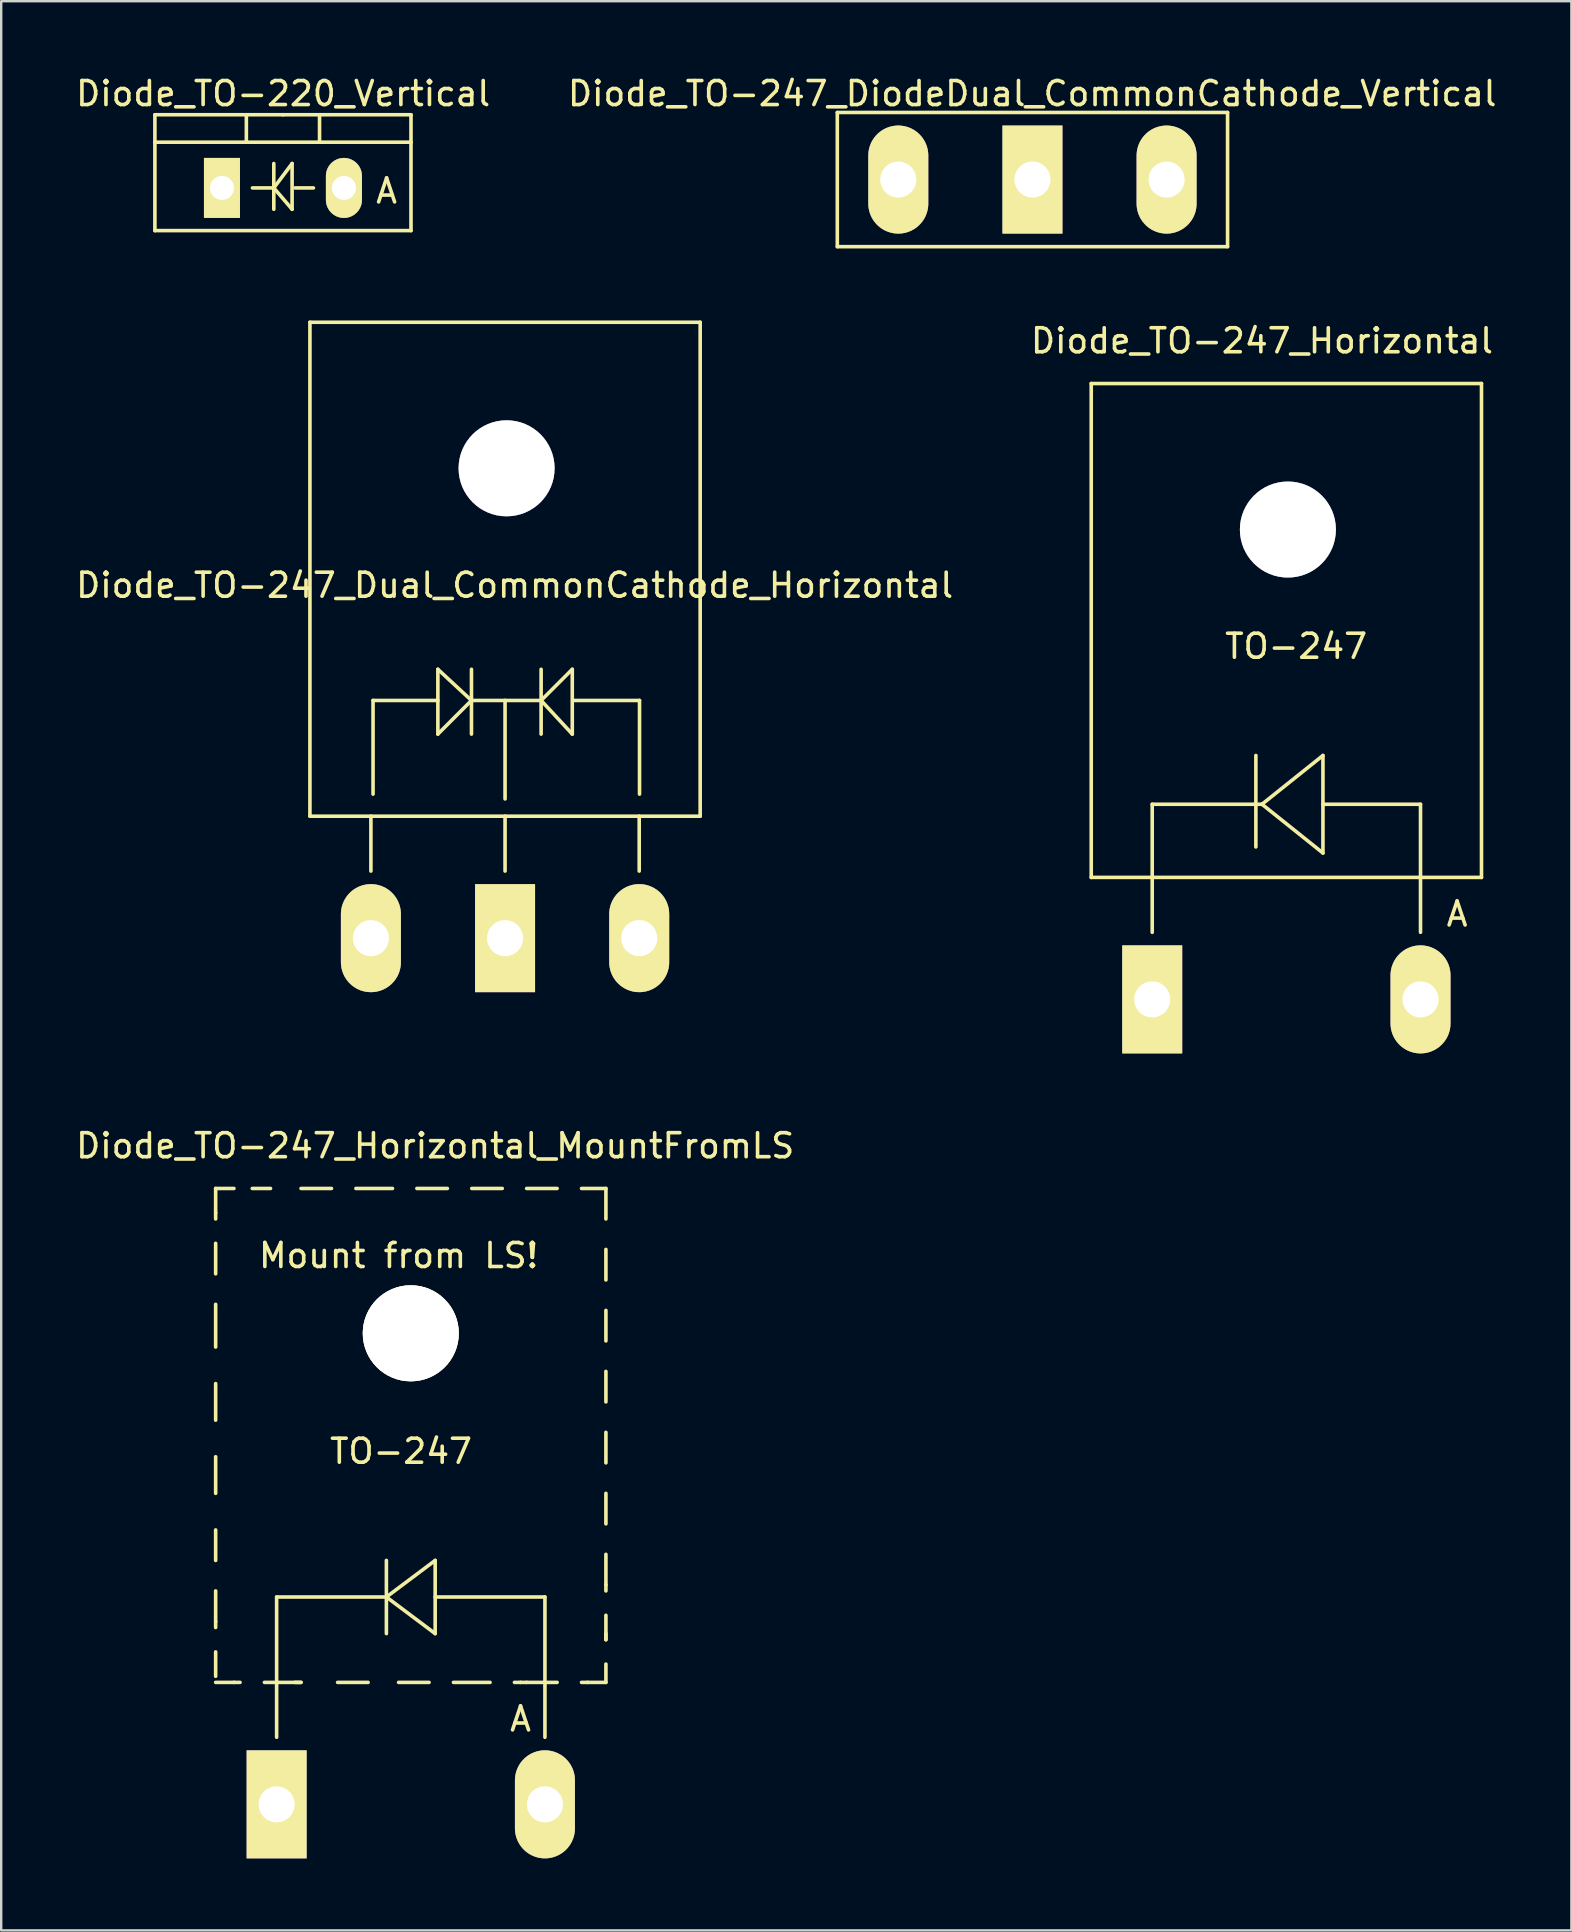
<source format=kicad_pcb>
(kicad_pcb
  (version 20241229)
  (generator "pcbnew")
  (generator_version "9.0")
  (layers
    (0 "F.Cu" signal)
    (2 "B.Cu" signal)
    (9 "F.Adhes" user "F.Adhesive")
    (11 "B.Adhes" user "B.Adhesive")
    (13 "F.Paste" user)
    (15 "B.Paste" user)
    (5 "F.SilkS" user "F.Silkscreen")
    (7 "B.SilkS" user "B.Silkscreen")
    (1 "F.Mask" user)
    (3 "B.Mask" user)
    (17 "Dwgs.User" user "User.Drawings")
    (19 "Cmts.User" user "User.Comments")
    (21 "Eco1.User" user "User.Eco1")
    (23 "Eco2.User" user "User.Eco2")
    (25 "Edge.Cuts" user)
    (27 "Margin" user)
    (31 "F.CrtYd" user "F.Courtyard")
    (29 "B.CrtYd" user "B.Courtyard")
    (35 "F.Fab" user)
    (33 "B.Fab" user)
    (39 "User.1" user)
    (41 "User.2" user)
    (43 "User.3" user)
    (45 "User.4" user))
  (footprint "Diode_TO-247_Horizontal"
    (layer "F.Cu")
    (at 44.953 38.579)
    (property "Reference" "Diode_TO-247_Horizontal" (at 4.564 -27.432 0) (layer "F.SilkS") (effects (font (size 1 1) (thickness 0.15))))
    (attr through_hole)
    (fp_line (start -2.548 -25.654) (end 13.708 -25.654) (stroke (width 0.15) (type solid)) (layer "F.SilkS"))
    (fp_line (start -2.548 -5.08) (end -2.548 -25.654) (stroke (width 0.15) (type solid)) (layer "F.SilkS"))
    (fp_line (start -0.008 -8.128) (end 4.564 -8.128) (stroke (width 0.15) (type solid)) (layer "F.SilkS"))
    (fp_line (start -0.008 -5.08) (end -0.008 -8.128) (stroke (width 0.15) (type solid)) (layer "F.SilkS"))
    (fp_line (start -0.008 -2.794) (end -0.008 -5.08) (stroke (width 0.15) (type solid)) (layer "F.SilkS"))
    (fp_line (start 4.31 -10.16) (end 4.31 -6.35) (stroke (width 0.15) (type solid)) (layer "F.SilkS"))
    (fp_line (start 4.564 -8.128) (end 7.104 -10.16) (stroke (width 0.15) (type solid)) (layer "F.SilkS"))
    (fp_line (start 7.104 -10.16) (end 7.104 -6.096) (stroke (width 0.15) (type solid)) (layer "F.SilkS"))
    (fp_line (start 7.104 -8.128) (end 11.168 -8.128) (stroke (width 0.15) (type solid)) (layer "F.SilkS"))
    (fp_line (start 7.104 -6.096) (end 4.564 -8.128) (stroke (width 0.15) (type solid)) (layer "F.SilkS"))
    (fp_line (start 11.168 -8.128) (end 11.168 -5.08) (stroke (width 0.15) (type solid)) (layer "F.SilkS"))
    (fp_line (start 11.168 -2.794) (end 11.168 -5.08) (stroke (width 0.15) (type solid)) (layer "F.SilkS"))
    (fp_line (start 13.708 -25.654) (end 13.708 -5.08) (stroke (width 0.15) (type solid)) (layer "F.SilkS"))
    (fp_line (start 13.708 -5.08) (end -2.548 -5.08) (stroke (width 0.15) (type solid)) (layer "F.SilkS"))
    (fp_circle (center 5.58 -19.558) (end 7.358 -19.558) (stroke (width 0.15) (type solid)) (fill no) (layer "F.SilkS"))
    (fp_text user "TO-247" (at 5.987 -14.707 0) (layer "F.SilkS") (effects (font (size 1 1) (thickness 0.15))))
    (fp_text user "A" (at 12.692 -3.556 0) (layer "F.SilkS") (effects (font (size 1 1) (thickness 0.15))))
    (pad "1" thru_hole rect (at -0.008 0 90) (size 4.501 2.499) (drill 1.501) (layers "*.Cu" "*.Mask" "F.SilkS"))
    (pad "2" thru_hole oval (at 11.168 0 90) (size 4.501 2.499) (drill 1.501) (layers "*.Cu" "*.Mask" "F.SilkS"))
    (pad "9" thru_hole circle (at 5.644 -19.571) (size 4 4) (drill 4) (layers "B.Cu")))
  (footprint "Diode_TO-247_Horizontal_MountFromLS"
    (layer "F.Cu")
    (at 8.473 72.112)
    (property "Reference" "Diode_TO-247_Horizontal_MountFromLS" (at 6.604 -27.435 0) (layer "F.SilkS") (effects (font (size 1 1) (thickness 0.15))))
    (attr through_hole)
    (fp_line (start -2.54 -25.657) (end -2.54 -24.641) (stroke (width 0.15) (type solid)) (layer "F.SilkS"))
    (fp_line (start -2.54 -24.641) (end -2.54 -24.387) (stroke (width 0.15) (type solid)) (layer "F.SilkS"))
    (fp_line (start -2.54 -23.371) (end -2.54 -22.101) (stroke (width 0.15) (type solid)) (layer "F.SilkS"))
    (fp_line (start -2.54 -20.831) (end -2.54 -19.053) (stroke (width 0.15) (type solid)) (layer "F.SilkS"))
    (fp_line (start -2.54 -17.529) (end -2.54 -16.005) (stroke (width 0.15) (type solid)) (layer "F.SilkS"))
    (fp_line (start -2.54 -14.481) (end -2.54 -12.957) (stroke (width 0.15) (type solid)) (layer "F.SilkS"))
    (fp_line (start -2.54 -11.433) (end -2.54 -10.163) (stroke (width 0.15) (type solid)) (layer "F.SilkS"))
    (fp_line (start -2.54 -8.893) (end -2.54 -7.623) (stroke (width 0.15) (type solid)) (layer "F.SilkS"))
    (fp_line (start -2.54 -7.623) (end -2.54 -7.369) (stroke (width 0.15) (type solid)) (layer "F.SilkS"))
    (fp_line (start -2.54 -6.353) (end -2.54 -5.337) (stroke (width 0.15) (type solid)) (layer "F.SilkS"))
    (fp_line (start -2.54 -5.083) (end -1.778 -5.083) (stroke (width 0.15) (type solid)) (layer "F.SilkS"))
    (fp_line (start -1.778 -25.657) (end -2.54 -25.657) (stroke (width 0.15) (type solid)) (layer "F.SilkS"))
    (fp_line (start -1.778 -5.083) (end -1.524 -5.083) (stroke (width 0.15) (type solid)) (layer "F.SilkS"))
    (fp_line (start -0.508 -5.083) (end 1.016 -5.083) (stroke (width 0.15) (type solid)) (layer "F.SilkS"))
    (fp_line (start -0.254 -25.657) (end -1.016 -25.657) (stroke (width 0.15) (type solid)) (layer "F.SilkS"))
    (fp_line (start 0 -8.639) (end 0 -5.083) (stroke (width 0.15) (type solid)) (layer "F.SilkS"))
    (fp_line (start 0 -2.797) (end 0 -5.083) (stroke (width 0.15) (type solid)) (layer "F.SilkS"))
    (fp_line (start 1.016 -5.083) (end 0.762 -5.083) (stroke (width 0.15) (type solid)) (layer "F.SilkS"))
    (fp_line (start 2.286 -25.657) (end 1.016 -25.657) (stroke (width 0.15) (type solid)) (layer "F.SilkS"))
    (fp_line (start 3.81 -5.083) (end 2.54 -5.083) (stroke (width 0.15) (type solid)) (layer "F.SilkS"))
    (fp_line (start 4.572 -10.163) (end 4.572 -7.115) (stroke (width 0.15) (type solid)) (layer "F.SilkS"))
    (fp_line (start 4.572 -8.639) (end 0 -8.639) (stroke (width 0.15) (type solid)) (layer "F.SilkS"))
    (fp_line (start 4.572 -8.639) (end 6.604 -10.163) (stroke (width 0.15) (type solid)) (layer "F.SilkS"))
    (fp_line (start 4.826 -25.657) (end 3.302 -25.657) (stroke (width 0.15) (type solid)) (layer "F.SilkS"))
    (fp_line (start 6.35 -5.083) (end 5.08 -5.083) (stroke (width 0.15) (type solid)) (layer "F.SilkS"))
    (fp_line (start 6.604 -10.163) (end 6.604 -7.115) (stroke (width 0.15) (type solid)) (layer "F.SilkS"))
    (fp_line (start 6.604 -8.639) (end 11.176 -8.639) (stroke (width 0.15) (type solid)) (layer "F.SilkS"))
    (fp_line (start 6.604 -7.115) (end 4.572 -8.639) (stroke (width 0.15) (type solid)) (layer "F.SilkS"))
    (fp_line (start 7.112 -25.657) (end 5.842 -25.657) (stroke (width 0.15) (type solid)) (layer "F.SilkS"))
    (fp_line (start 8.89 -5.083) (end 7.366 -5.083) (stroke (width 0.15) (type solid)) (layer "F.SilkS"))
    (fp_line (start 9.398 -25.657) (end 8.128 -25.657) (stroke (width 0.15) (type solid)) (layer "F.SilkS"))
    (fp_line (start 10.16 -5.083) (end 9.906 -5.083) (stroke (width 0.15) (type solid)) (layer "F.SilkS"))
    (fp_line (start 10.414 -5.083) (end 10.16 -5.083) (stroke (width 0.15) (type solid)) (layer "F.SilkS"))
    (fp_line (start 11.176 -8.639) (end 11.176 -5.083) (stroke (width 0.15) (type solid)) (layer "F.SilkS"))
    (fp_line (start 11.176 -2.797) (end 11.176 -5.083) (stroke (width 0.15) (type solid)) (layer "F.SilkS"))
    (fp_line (start 11.684 -25.657) (end 10.414 -25.657) (stroke (width 0.15) (type solid)) (layer "F.SilkS"))
    (fp_line (start 11.684 -5.083) (end 10.414 -5.083) (stroke (width 0.15) (type solid)) (layer "F.SilkS"))
    (fp_line (start 12.954 -5.083) (end 12.7 -5.083) (stroke (width 0.15) (type solid)) (layer "F.SilkS"))
    (fp_line (start 13.716 -25.657) (end 12.7 -25.657) (stroke (width 0.15) (type solid)) (layer "F.SilkS"))
    (fp_line (start 13.716 -25.657) (end 13.716 -24.387) (stroke (width 0.15) (type solid)) (layer "F.SilkS"))
    (fp_line (start 13.716 -23.117) (end 13.716 -21.847) (stroke (width 0.15) (type solid)) (layer "F.SilkS"))
    (fp_line (start 13.716 -20.577) (end 13.716 -19.307) (stroke (width 0.15) (type solid)) (layer "F.SilkS"))
    (fp_line (start 13.716 -18.037) (end 13.716 -16.767) (stroke (width 0.15) (type solid)) (layer "F.SilkS"))
    (fp_line (start 13.716 -15.497) (end 13.716 -14.227) (stroke (width 0.15) (type solid)) (layer "F.SilkS"))
    (fp_line (start 13.716 -12.957) (end 13.716 -11.687) (stroke (width 0.15) (type solid)) (layer "F.SilkS"))
    (fp_line (start 13.716 -10.417) (end 13.716 -9.147) (stroke (width 0.15) (type solid)) (layer "F.SilkS"))
    (fp_line (start 13.716 -9.147) (end 13.716 -8.893) (stroke (width 0.15) (type solid)) (layer "F.SilkS"))
    (fp_line (start 13.716 -7.877) (end 13.716 -6.861) (stroke (width 0.15) (type solid)) (layer "F.SilkS"))
    (fp_line (start 13.716 -6.861) (end 13.716 -7.115) (stroke (width 0.15) (type solid)) (layer "F.SilkS"))
    (fp_line (start 13.716 -5.845) (end 13.716 -5.083) (stroke (width 0.15) (type solid)) (layer "F.SilkS"))
    (fp_line (start 13.716 -5.083) (end 12.954 -5.083) (stroke (width 0.15) (type solid)) (layer "F.SilkS"))
    (fp_circle (center 5.588 -19.561) (end 3.81 -19.561) (stroke (width 0.15) (type solid)) (fill no) (layer "F.SilkS"))
    (fp_text user "Mount from LS!" (at 5.08 -22.863 0) (layer "F.SilkS") (effects (font (size 1 1) (thickness 0.15))))
    (fp_text user "A" (at 10.16 -3.559 0) (layer "F.SilkS") (effects (font (size 1 1) (thickness 0.15))))
    (fp_text user "TO-247" (at 5.182 -14.709 0) (layer "F.SilkS") (effects (font (size 1 1) (thickness 0.15))))
    (pad "1" thru_hole rect (at 0 -0.003 90) (size 4.501 2.499) (drill 1.501) (layers "*.Cu" "*.Mask" "F.SilkS"))
    (pad "2" thru_hole oval (at 11.176 -0.003 90) (size 4.501 2.499) (drill 1.501) (layers "*.Cu" "*.Mask" "F.SilkS"))
    (pad "9" thru_hole circle (at 5.588 -19.624 180) (size 4 4) (drill 4) (layers "B.Cu" "F.SilkS")))
  (footprint "Diode_TO-220_Vertical"
    (layer "F.Cu")
    (at 6.196 4.778)
    (property "Reference" "Diode_TO-220_Vertical" (at 2.548 -3.929 0) (layer "F.SilkS") (effects (font (size 1 1) (thickness 0.15))))
    (attr through_hole)
    (fp_line (start -2.794 -1.905) (end -2.794 -3.048) (stroke (width 0.15) (type solid)) (layer "F.SilkS"))
    (fp_line (start -2.794 1.778) (end -2.794 -1.905) (stroke (width 0.15) (type solid)) (layer "F.SilkS"))
    (fp_line (start 1.016 -3.048) (end 1.016 -1.905) (stroke (width 0.15) (type solid)) (layer "F.SilkS"))
    (fp_line (start 2.159 -1.016) (end 2.159 0.889) (stroke (width 0.15) (type solid)) (layer "F.SilkS"))
    (fp_line (start 2.159 0) (end 1.27 0) (stroke (width 0.15) (type solid)) (layer "F.SilkS"))
    (fp_line (start 2.159 0) (end 2.921 -1.016) (stroke (width 0.15) (type solid)) (layer "F.SilkS"))
    (fp_line (start 2.54 -3.048) (end -2.794 -3.048) (stroke (width 0.15) (type solid)) (layer "F.SilkS"))
    (fp_line (start 2.54 -3.048) (end 7.874 -3.048) (stroke (width 0.15) (type solid)) (layer "F.SilkS"))
    (fp_line (start 2.921 -1.016) (end 2.921 0.889) (stroke (width 0.15) (type solid)) (layer "F.SilkS"))
    (fp_line (start 2.921 0.889) (end 2.159 0) (stroke (width 0.15) (type solid)) (layer "F.SilkS"))
    (fp_line (start 3.048 0) (end 3.81 0) (stroke (width 0.15) (type solid)) (layer "F.SilkS"))
    (fp_line (start 4.064 -3.048) (end 4.064 -1.905) (stroke (width 0.15) (type solid)) (layer "F.SilkS"))
    (fp_line (start 7.874 -3.048) (end 7.874 -1.905) (stroke (width 0.15) (type solid)) (layer "F.SilkS"))
    (fp_line (start 7.874 -1.905) (end -2.794 -1.905) (stroke (width 0.15) (type solid)) (layer "F.SilkS"))
    (fp_line (start 7.874 -1.905) (end 7.874 1.778) (stroke (width 0.15) (type solid)) (layer "F.SilkS"))
    (fp_line (start 7.874 1.778) (end -2.794 1.778) (stroke (width 0.15) (type solid)) (layer "F.SilkS"))
    (fp_text user "A" (at 6.858 0.127 0) (layer "F.SilkS") (effects (font (size 1 1) (thickness 0.15))))
    (pad "1" thru_hole rect (at 0 0 90) (size 2.499 1.501) (drill 1.001) (layers "*.Cu" "*.Mask" "F.SilkS"))
    (pad "2" thru_hole oval (at 5.08 0 90) (size 2.499 1.501) (drill 1.001) (layers "*.Cu" "*.Mask" "F.SilkS")))
  (footprint "Diode_TO-247_DiodeDual_CommonCathode_Vertical"
    (layer "F.Cu")
    (at 34.371 4.43)
    (property "Reference" "Diode_TO-247_DiodeDual_CommonCathode_Vertical" (at 5.575 -3.581 0) (layer "F.SilkS") (effects (font (size 1 1) (thickness 0.15))))
    (attr through_hole)
    (fp_line (start -2.543 -2.794) (end -2.543 2.794) (stroke (width 0.15) (type solid)) (layer "F.SilkS"))
    (fp_line (start -2.543 2.794) (end 13.713 2.794) (stroke (width 0.15) (type solid)) (layer "F.SilkS"))
    (fp_line (start 13.713 -2.794) (end -2.543 -2.794) (stroke (width 0.15) (type solid)) (layer "F.SilkS"))
    (fp_line (start 13.713 2.794) (end 13.713 -2.794) (stroke (width 0.15) (type solid)) (layer "F.SilkS"))
    (pad "1" thru_hole oval (at -0.003 0 90) (size 4.501 2.499) (drill 1.501) (layers "*.Cu" "*.Mask" "F.SilkS"))
    (pad "2" thru_hole rect (at 5.585 0 90) (size 4.501 2.499) (drill 1.501) (layers "*.Cu" "*.Mask" "F.SilkS"))
    (pad "3" thru_hole oval (at 11.173 0 90) (size 4.501 2.499) (drill 1.501) (layers "*.Cu" "*.Mask" "F.SilkS")))
  (footprint "Diode_TO-247_Dual_CommonCathode_Horizontal"
    (layer "F.Cu")
    (at 12.403 36.028)
    (property "Reference" "Diode_TO-247_Dual_CommonCathode_Horizontal" (at 5.984 -14.699 0) (layer "F.SilkS") (effects (font (size 1 1) (thickness 0.15))))
    (attr through_hole)
    (fp_line (start -2.543 -25.654) (end 13.713 -25.654) (stroke (width 0.15) (type solid)) (layer "F.SilkS"))
    (fp_line (start -2.543 -5.08) (end -2.543 -25.654) (stroke (width 0.15) (type solid)) (layer "F.SilkS"))
    (fp_line (start -0.003 -2.794) (end -0.003 -5.08) (stroke (width 0.15) (type solid)) (layer "F.SilkS"))
    (fp_line (start 0.086 -9.901) (end 0.086 -5.999) (stroke (width 0.15) (type solid)) (layer "F.SilkS"))
    (fp_line (start 2.786 -11.199) (end 2.786 -8.499) (stroke (width 0.15) (type solid)) (layer "F.SilkS"))
    (fp_line (start 2.786 -9.901) (end 0.086 -9.901) (stroke (width 0.15) (type solid)) (layer "F.SilkS"))
    (fp_line (start 2.786 -8.499) (end 4.186 -9.901) (stroke (width 0.15) (type solid)) (layer "F.SilkS"))
    (fp_line (start 4.186 -11.199) (end 4.186 -8.499) (stroke (width 0.15) (type solid)) (layer "F.SilkS"))
    (fp_line (start 4.186 -9.901) (end 2.786 -11.199) (stroke (width 0.15) (type solid)) (layer "F.SilkS"))
    (fp_line (start 5.585 -9.901) (end 5.585 -5.799) (stroke (width 0.15) (type solid)) (layer "F.SilkS"))
    (fp_line (start 5.585 -2.794) (end 5.585 -5.08) (stroke (width 0.15) (type solid)) (layer "F.SilkS"))
    (fp_line (start 7.087 -11.199) (end 7.087 -8.499) (stroke (width 0.15) (type solid)) (layer "F.SilkS"))
    (fp_line (start 7.087 -9.901) (end 4.186 -9.901) (stroke (width 0.15) (type solid)) (layer "F.SilkS"))
    (fp_line (start 7.087 -9.901) (end 8.385 -11.199) (stroke (width 0.15) (type solid)) (layer "F.SilkS"))
    (fp_line (start 8.385 -11.199) (end 8.385 -8.499) (stroke (width 0.15) (type solid)) (layer "F.SilkS"))
    (fp_line (start 8.385 -8.499) (end 7.087 -9.901) (stroke (width 0.15) (type solid)) (layer "F.SilkS"))
    (fp_line (start 8.486 -9.901) (end 11.186 -9.901) (stroke (width 0.15) (type solid)) (layer "F.SilkS"))
    (fp_line (start 11.173 -2.794) (end 11.173 -5.08) (stroke (width 0.15) (type solid)) (layer "F.SilkS"))
    (fp_line (start 11.186 -9.901) (end 11.186 -5.999) (stroke (width 0.15) (type solid)) (layer "F.SilkS"))
    (fp_line (start 13.713 -25.654) (end 13.713 -5.08) (stroke (width 0.15) (type solid)) (layer "F.SilkS"))
    (fp_line (start 13.713 -5.08) (end -2.543 -5.08) (stroke (width 0.15) (type solid)) (layer "F.SilkS"))
    (fp_circle (center 5.585 -19.558) (end 7.363 -19.558) (stroke (width 0.15) (type solid)) (fill no) (layer "F.SilkS"))
    (pad "1" thru_hole oval (at -0.003 0 90) (size 4.501 2.499) (drill 1.501) (layers "*.Cu" "*.Mask" "F.SilkS"))
    (pad "2" thru_hole rect (at 5.585 0 90) (size 4.501 2.499) (drill 1.501) (layers "*.Cu" "*.Mask" "F.SilkS"))
    (pad "3" thru_hole oval (at 11.173 0 90) (size 4.501 2.499) (drill 1.501) (layers "*.Cu" "*.Mask" "F.SilkS"))
    (pad "9" thru_hole circle (at 5.649 -19.571) (size 4 4) (drill 4) (layers "B.Cu")))
  (gr_rect
    (start -3 -3)
    (end 62.405 77.36)
    (stroke (width 0.1) (type default))
    (fill no)
    (layer "Edge.Cuts")))
</source>
